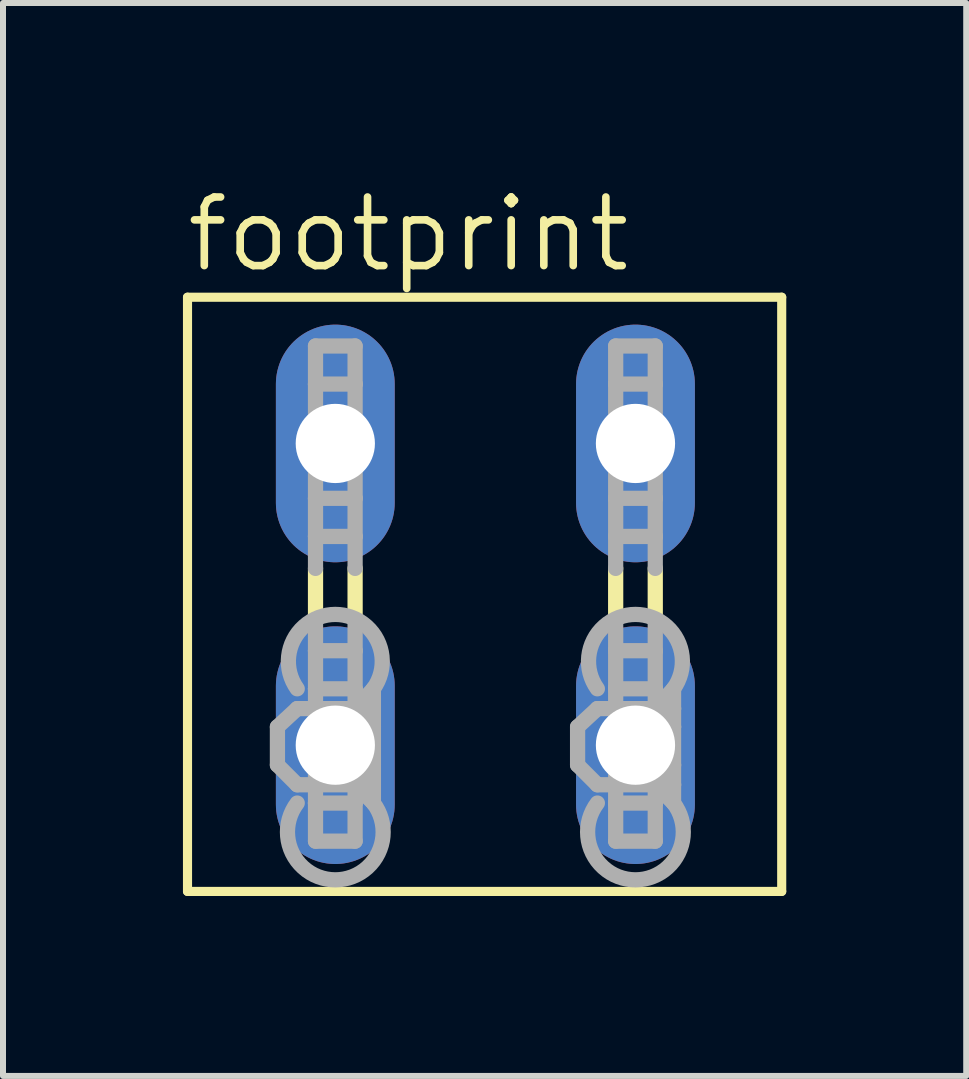
<source format=kicad_pcb>
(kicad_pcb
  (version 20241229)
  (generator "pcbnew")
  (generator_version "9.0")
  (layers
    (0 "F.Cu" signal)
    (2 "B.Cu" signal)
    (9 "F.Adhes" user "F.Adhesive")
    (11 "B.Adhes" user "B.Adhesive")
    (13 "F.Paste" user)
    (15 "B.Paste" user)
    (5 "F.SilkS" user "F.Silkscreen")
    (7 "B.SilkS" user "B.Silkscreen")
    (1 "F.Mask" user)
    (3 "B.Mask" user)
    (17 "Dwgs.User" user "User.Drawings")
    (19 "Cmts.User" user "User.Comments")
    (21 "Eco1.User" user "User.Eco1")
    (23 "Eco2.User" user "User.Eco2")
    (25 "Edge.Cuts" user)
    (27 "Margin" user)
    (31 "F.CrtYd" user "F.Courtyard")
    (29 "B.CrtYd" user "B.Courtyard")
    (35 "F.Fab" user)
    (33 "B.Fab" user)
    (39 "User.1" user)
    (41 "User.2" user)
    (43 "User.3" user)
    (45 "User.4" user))
  (footprint "footprint"
    (layer "F.Cu")
    (at 2.54 6.858)
    (property "Reference" "footprint" (at -2.54 -5.334 0) (layer "F.SilkS") (effects (font (size 1.143 1.143) (thickness 0.127)) (justify left bottom)))
    (fp_line (start -2.464 -4.953) (end -2.464 4.953) (stroke (width 0.152) (type solid)) (layer "F.SilkS"))
    (fp_line (start -2.464 -4.953) (end 7.442 -4.953) (stroke (width 0.152) (type solid)) (layer "F.SilkS"))
    (fp_line (start -0.33 0.432) (end -0.33 -0.432) (stroke (width 0.254) (type solid)) (layer "F.SilkS"))
    (fp_line (start 0.33 0.432) (end 0.33 -0.432) (stroke (width 0.254) (type solid)) (layer "F.SilkS"))
    (fp_line (start 4.674 0.432) (end 4.674 -0.432) (stroke (width 0.254) (type solid)) (layer "F.SilkS"))
    (fp_line (start 5.334 0.432) (end 5.334 -0.432) (stroke (width 0.254) (type solid)) (layer "F.SilkS"))
    (fp_line (start 7.442 4.953) (end -2.464 4.953) (stroke (width 0.152) (type solid)) (layer "F.SilkS"))
    (fp_line (start 7.442 4.953) (end 7.442 -4.953) (stroke (width 0.152) (type solid)) (layer "F.SilkS"))
    (fp_line (start -0.965 2.21) (end -0.635 1.905) (stroke (width 0.254) (type solid)) (layer "F.Fab"))
    (fp_line (start -0.965 2.845) (end -0.965 2.21) (stroke (width 0.254) (type solid)) (layer "F.Fab"))
    (fp_line (start -0.965 2.845) (end -0.635 3.175) (stroke (width 0.254) (type solid)) (layer "F.Fab"))
    (fp_line (start -0.33 -4.14) (end 0.33 -4.14) (stroke (width 0.254) (type solid)) (layer "F.Fab"))
    (fp_line (start -0.33 -3.505) (end -0.33 -4.14) (stroke (width 0.254) (type solid)) (layer "F.Fab"))
    (fp_line (start -0.33 -3.505) (end -0.33 -1.6) (stroke (width 0.254) (type solid)) (layer "F.Fab"))
    (fp_line (start -0.33 -1.6) (end -0.33 -0.965) (stroke (width 0.254) (type solid)) (layer "F.Fab"))
    (fp_line (start -0.33 -1.6) (end 0.33 -1.6) (stroke (width 0.254) (type solid)) (layer "F.Fab"))
    (fp_line (start -0.33 -0.965) (end 0.33 -0.965) (stroke (width 0.254) (type solid)) (layer "F.Fab"))
    (fp_line (start -0.33 -0.432) (end -0.33 -0.965) (stroke (width 0.254) (type solid)) (layer "F.Fab"))
    (fp_line (start -0.33 0.94) (end -0.33 0.432) (stroke (width 0.254) (type solid)) (layer "F.Fab"))
    (fp_line (start -0.33 0.94) (end 0.33 0.94) (stroke (width 0.254) (type solid)) (layer "F.Fab"))
    (fp_line (start -0.33 1.575) (end -0.33 0.94) (stroke (width 0.254) (type solid)) (layer "F.Fab"))
    (fp_line (start -0.33 1.575) (end -0.33 3.48) (stroke (width 0.254) (type solid)) (layer "F.Fab"))
    (fp_line (start -0.33 3.48) (end -0.33 4.115) (stroke (width 0.254) (type solid)) (layer "F.Fab"))
    (fp_line (start -0.33 3.48) (end 0.33 3.48) (stroke (width 0.254) (type solid)) (layer "F.Fab"))
    (fp_line (start -0.33 4.115) (end 0.33 4.115) (stroke (width 0.254) (type solid)) (layer "F.Fab"))
    (fp_line (start 0.33 -4.14) (end 0.33 -3.505) (stroke (width 0.254) (type solid)) (layer "F.Fab"))
    (fp_line (start 0.33 -3.505) (end -0.33 -3.505) (stroke (width 0.254) (type solid)) (layer "F.Fab"))
    (fp_line (start 0.33 -1.6) (end 0.33 -3.505) (stroke (width 0.254) (type solid)) (layer "F.Fab"))
    (fp_line (start 0.33 -0.965) (end 0.33 -1.6) (stroke (width 0.254) (type solid)) (layer "F.Fab"))
    (fp_line (start 0.33 -0.432) (end 0.33 -0.965) (stroke (width 0.254) (type solid)) (layer "F.Fab"))
    (fp_line (start 0.33 0.94) (end 0.33 0.432) (stroke (width 0.254) (type solid)) (layer "F.Fab"))
    (fp_line (start 0.33 0.94) (end 0.33 1.575) (stroke (width 0.254) (type solid)) (layer "F.Fab"))
    (fp_line (start 0.33 1.575) (end -0.33 1.575) (stroke (width 0.254) (type solid)) (layer "F.Fab"))
    (fp_line (start 0.33 1.905) (end -0.635 1.905) (stroke (width 0.254) (type solid)) (layer "F.Fab"))
    (fp_line (start 0.33 1.905) (end 0.33 1.575) (stroke (width 0.254) (type solid)) (layer "F.Fab"))
    (fp_line (start 0.33 1.905) (end 0.635 1.575) (stroke (width 0.254) (type solid)) (layer "F.Fab"))
    (fp_line (start 0.33 1.905) (end 0.635 2.21) (stroke (width 0.254) (type solid)) (layer "F.Fab"))
    (fp_line (start 0.33 3.175) (end -0.635 3.175) (stroke (width 0.254) (type solid)) (layer "F.Fab"))
    (fp_line (start 0.33 3.175) (end 0.33 1.905) (stroke (width 0.254) (type solid)) (layer "F.Fab"))
    (fp_line (start 0.33 3.175) (end 0.635 2.845) (stroke (width 0.254) (type solid)) (layer "F.Fab"))
    (fp_line (start 0.33 3.175) (end 0.635 3.48) (stroke (width 0.254) (type solid)) (layer "F.Fab"))
    (fp_line (start 0.33 3.48) (end 0.33 3.175) (stroke (width 0.254) (type solid)) (layer "F.Fab"))
    (fp_line (start 0.33 4.115) (end 0.33 3.48) (stroke (width 0.254) (type solid)) (layer "F.Fab"))
    (fp_line (start 0.635 1.905) (end 0.33 1.905) (stroke (width 0.254) (type solid)) (layer "F.Fab"))
    (fp_line (start 0.635 1.905) (end 0.635 1.575) (stroke (width 0.254) (type solid)) (layer "F.Fab"))
    (fp_line (start 0.635 2.21) (end 0.635 1.905) (stroke (width 0.254) (type solid)) (layer "F.Fab"))
    (fp_line (start 0.635 2.845) (end 0.635 2.21) (stroke (width 0.254) (type solid)) (layer "F.Fab"))
    (fp_line (start 0.635 3.175) (end 0.33 3.175) (stroke (width 0.254) (type solid)) (layer "F.Fab"))
    (fp_line (start 0.635 3.175) (end 0.635 2.845) (stroke (width 0.254) (type solid)) (layer "F.Fab"))
    (fp_line (start 0.635 3.48) (end 0.635 3.175) (stroke (width 0.254) (type solid)) (layer "F.Fab"))
    (fp_line (start 4.039 2.21) (end 4.369 1.905) (stroke (width 0.254) (type solid)) (layer "F.Fab"))
    (fp_line (start 4.039 2.845) (end 4.039 2.21) (stroke (width 0.254) (type solid)) (layer "F.Fab"))
    (fp_line (start 4.039 2.845) (end 4.369 3.175) (stroke (width 0.254) (type solid)) (layer "F.Fab"))
    (fp_line (start 4.674 -4.14) (end 5.334 -4.14) (stroke (width 0.254) (type solid)) (layer "F.Fab"))
    (fp_line (start 4.674 -3.505) (end 4.674 -4.14) (stroke (width 0.254) (type solid)) (layer "F.Fab"))
    (fp_line (start 4.674 -3.505) (end 4.674 -1.6) (stroke (width 0.254) (type solid)) (layer "F.Fab"))
    (fp_line (start 4.674 -1.6) (end 4.674 -0.965) (stroke (width 0.254) (type solid)) (layer "F.Fab"))
    (fp_line (start 4.674 -1.6) (end 5.334 -1.6) (stroke (width 0.254) (type solid)) (layer "F.Fab"))
    (fp_line (start 4.674 -0.965) (end 5.334 -0.965) (stroke (width 0.254) (type solid)) (layer "F.Fab"))
    (fp_line (start 4.674 -0.432) (end 4.674 -0.965) (stroke (width 0.254) (type solid)) (layer "F.Fab"))
    (fp_line (start 4.674 0.94) (end 4.674 0.432) (stroke (width 0.254) (type solid)) (layer "F.Fab"))
    (fp_line (start 4.674 0.94) (end 5.334 0.94) (stroke (width 0.254) (type solid)) (layer "F.Fab"))
    (fp_line (start 4.674 1.575) (end 4.674 0.94) (stroke (width 0.254) (type solid)) (layer "F.Fab"))
    (fp_line (start 4.674 1.575) (end 4.674 3.48) (stroke (width 0.254) (type solid)) (layer "F.Fab"))
    (fp_line (start 4.674 3.48) (end 4.674 4.115) (stroke (width 0.254) (type solid)) (layer "F.Fab"))
    (fp_line (start 4.674 3.48) (end 5.334 3.48) (stroke (width 0.254) (type solid)) (layer "F.Fab"))
    (fp_line (start 4.674 4.115) (end 5.334 4.115) (stroke (width 0.254) (type solid)) (layer "F.Fab"))
    (fp_line (start 5.334 -4.14) (end 5.334 -3.505) (stroke (width 0.254) (type solid)) (layer "F.Fab"))
    (fp_line (start 5.334 -3.505) (end 4.674 -3.505) (stroke (width 0.254) (type solid)) (layer "F.Fab"))
    (fp_line (start 5.334 -1.6) (end 5.334 -3.505) (stroke (width 0.254) (type solid)) (layer "F.Fab"))
    (fp_line (start 5.334 -0.965) (end 5.334 -1.6) (stroke (width 0.254) (type solid)) (layer "F.Fab"))
    (fp_line (start 5.334 -0.432) (end 5.334 -0.965) (stroke (width 0.254) (type solid)) (layer "F.Fab"))
    (fp_line (start 5.334 0.94) (end 5.334 0.432) (stroke (width 0.254) (type solid)) (layer "F.Fab"))
    (fp_line (start 5.334 0.94) (end 5.334 1.575) (stroke (width 0.254) (type solid)) (layer "F.Fab"))
    (fp_line (start 5.334 1.575) (end 4.674 1.575) (stroke (width 0.254) (type solid)) (layer "F.Fab"))
    (fp_line (start 5.334 1.905) (end 4.369 1.905) (stroke (width 0.254) (type solid)) (layer "F.Fab"))
    (fp_line (start 5.334 1.905) (end 5.334 1.575) (stroke (width 0.254) (type solid)) (layer "F.Fab"))
    (fp_line (start 5.334 1.905) (end 5.639 1.575) (stroke (width 0.254) (type solid)) (layer "F.Fab"))
    (fp_line (start 5.334 1.905) (end 5.639 2.21) (stroke (width 0.254) (type solid)) (layer "F.Fab"))
    (fp_line (start 5.334 3.175) (end 4.369 3.175) (stroke (width 0.254) (type solid)) (layer "F.Fab"))
    (fp_line (start 5.334 3.175) (end 5.334 1.905) (stroke (width 0.254) (type solid)) (layer "F.Fab"))
    (fp_line (start 5.334 3.175) (end 5.639 2.845) (stroke (width 0.254) (type solid)) (layer "F.Fab"))
    (fp_line (start 5.334 3.175) (end 5.639 3.48) (stroke (width 0.254) (type solid)) (layer "F.Fab"))
    (fp_line (start 5.334 3.48) (end 5.334 3.175) (stroke (width 0.254) (type solid)) (layer "F.Fab"))
    (fp_line (start 5.334 4.115) (end 5.334 3.48) (stroke (width 0.254) (type solid)) (layer "F.Fab"))
    (fp_line (start 5.639 1.905) (end 5.334 1.905) (stroke (width 0.254) (type solid)) (layer "F.Fab"))
    (fp_line (start 5.639 1.905) (end 5.639 1.575) (stroke (width 0.254) (type solid)) (layer "F.Fab"))
    (fp_line (start 5.639 2.21) (end 5.639 1.905) (stroke (width 0.254) (type solid)) (layer "F.Fab"))
    (fp_line (start 5.639 2.845) (end 5.639 2.21) (stroke (width 0.254) (type solid)) (layer "F.Fab"))
    (fp_line (start 5.639 3.175) (end 5.334 3.175) (stroke (width 0.254) (type solid)) (layer "F.Fab"))
    (fp_line (start 5.639 3.175) (end 5.639 2.845) (stroke (width 0.254) (type solid)) (layer "F.Fab"))
    (fp_line (start 5.639 3.48) (end 5.639 3.175) (stroke (width 0.254) (type solid)) (layer "F.Fab"))
    (fp_arc (start -0.635 1.5748) (mid -0.000001 0.33513) (end 0.635001 1.574799) (stroke (width 0.254) (type solid)) (layer "F.Fab"))
    (fp_arc (start 0.635 3.4798) (mid 0 4.759976) (end -0.635 3.4798) (stroke (width 0.254) (type solid)) (layer "F.Fab"))
    (fp_arc (start 4.3688 1.5748) (mid 5.003799 0.33513) (end 5.638801 1.574799) (stroke (width 0.254) (type solid)) (layer "F.Fab"))
    (fp_arc (start 5.6388 3.4798) (mid 5.0038 4.759976) (end 4.3688 3.4798) (stroke (width 0.254) (type solid)) (layer "F.Fab"))
    (pad "1" thru_hole oval (at 0 2.515 90) (size 3.962 1.981) (drill 1.321) (layers "*.Cu" "*.Mask"))
    (pad "2" thru_hole oval (at 0 -2.515 90) (size 3.962 1.981) (drill 1.321) (layers "*.Cu" "*.Mask"))
    (pad "3" thru_hole oval (at 5.004 2.515 90) (size 3.962 1.981) (drill 1.321) (layers "*.Cu" "*.Mask"))
    (pad "4" thru_hole oval (at 5.004 -2.515 90) (size 3.962 1.981) (drill 1.321) (layers "*.Cu" "*.Mask")))
  (gr_rect
    (start -3 -3)
    (end 13.058 14.887)
    (stroke (width 0.1) (type default))
    (fill no)
    (layer "Edge.Cuts")))
</source>
